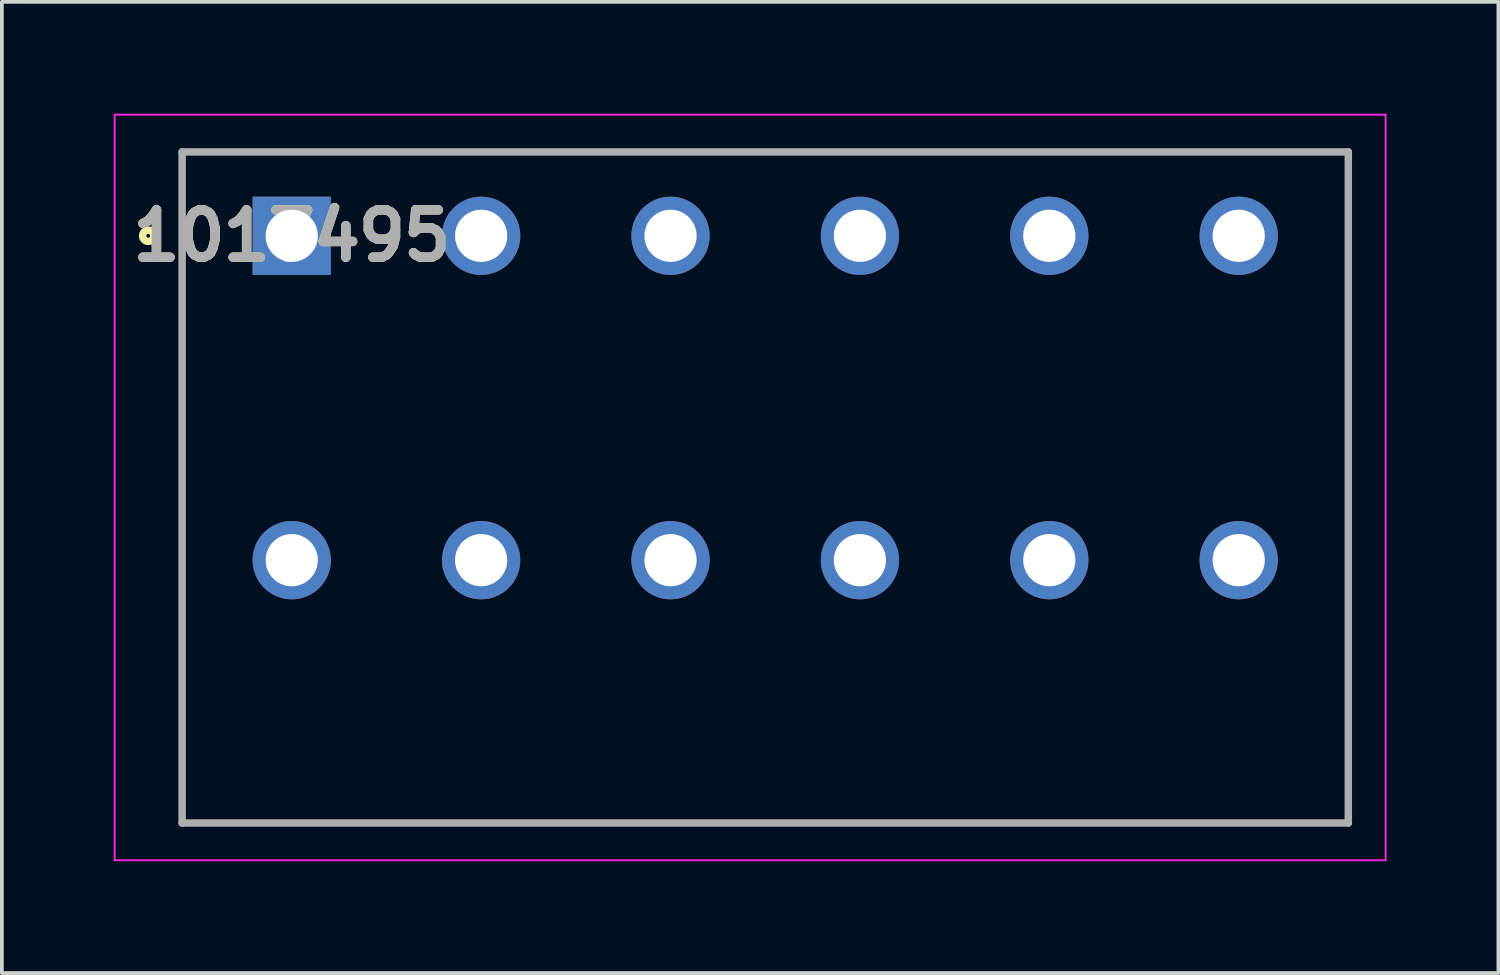
<source format=kicad_pcb>
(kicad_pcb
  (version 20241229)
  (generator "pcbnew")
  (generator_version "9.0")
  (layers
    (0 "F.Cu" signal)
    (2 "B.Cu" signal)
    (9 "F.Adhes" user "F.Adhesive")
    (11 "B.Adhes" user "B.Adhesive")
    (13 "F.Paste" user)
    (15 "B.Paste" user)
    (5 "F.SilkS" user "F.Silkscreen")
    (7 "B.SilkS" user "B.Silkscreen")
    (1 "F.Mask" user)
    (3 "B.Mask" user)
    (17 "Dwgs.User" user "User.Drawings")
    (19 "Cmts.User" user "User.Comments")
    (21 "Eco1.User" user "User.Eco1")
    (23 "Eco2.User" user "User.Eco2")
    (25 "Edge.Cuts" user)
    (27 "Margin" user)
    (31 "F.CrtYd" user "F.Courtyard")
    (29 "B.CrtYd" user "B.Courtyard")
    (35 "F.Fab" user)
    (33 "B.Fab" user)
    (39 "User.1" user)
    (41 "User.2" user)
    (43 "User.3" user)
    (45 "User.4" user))
  (footprint "1017495"
    (layer "F.Cu")
    (at 4.775 3.275)
    (property "Reference" "1017495" (at 0 0 0) (layer "F.SilkS") (effects (font (size 1.27 1.27) (thickness 0.254))))
    (attr through_hole)
    (fp_line (start -2.94 -2.25) (end 28.34 -2.25) (stroke (width 0.1) (type solid)) (layer "F.SilkS"))
    (fp_line (start -2.94 15.75) (end -2.94 -2.25) (stroke (width 0.1) (type solid)) (layer "F.SilkS"))
    (fp_line (start 28.34 -2.25) (end 28.34 15.75) (stroke (width 0.1) (type solid)) (layer "F.SilkS"))
    (fp_line (start 28.34 15.75) (end -2.94 15.75) (stroke (width 0.1) (type solid)) (layer "F.SilkS"))
    (fp_circle (center -3.85 0) (end -3.85 0.05) (stroke (width 0.2) (type solid)) (fill no) (layer "F.SilkS"))
    (fp_line (start -4.75 -3.25) (end 29.34 -3.25) (stroke (width 0.05) (type solid)) (layer "F.CrtYd"))
    (fp_line (start -4.75 16.75) (end -4.75 -3.25) (stroke (width 0.05) (type solid)) (layer "F.CrtYd"))
    (fp_line (start 29.34 -3.25) (end 29.34 16.75) (stroke (width 0.05) (type solid)) (layer "F.CrtYd"))
    (fp_line (start 29.34 16.75) (end -4.75 16.75) (stroke (width 0.05) (type solid)) (layer "F.CrtYd"))
    (fp_line (start -2.94 -2.25) (end 28.34 -2.25) (stroke (width 0.2) (type solid)) (layer "F.Fab"))
    (fp_line (start -2.94 15.75) (end -2.94 -2.25) (stroke (width 0.2) (type solid)) (layer "F.Fab"))
    (fp_line (start 28.34 -2.25) (end 28.34 15.75) (stroke (width 0.2) (type solid)) (layer "F.Fab"))
    (fp_line (start 28.34 15.75) (end -2.94 15.75) (stroke (width 0.2) (type solid)) (layer "F.Fab"))
    (fp_text user "${REFERENCE}" (at 0 0 0) (layer "F.Fab") (effects (font (size 1.27 1.27) (thickness 0.254))))
    (pad "1" thru_hole rect (at 0 0) (size 2.1 2.1) (drill 1.4) (layers "*.Cu" "*.Mask"))
    (pad "2" thru_hole circle (at 0 8.7) (size 2.1 2.1) (drill 1.4) (layers "*.Cu" "*.Mask"))
    (pad "3" thru_hole circle (at 5.08 0) (size 2.1 2.1) (drill 1.4) (layers "*.Cu" "*.Mask"))
    (pad "4" thru_hole circle (at 5.08 8.7) (size 2.1 2.1) (drill 1.4) (layers "*.Cu" "*.Mask"))
    (pad "5" thru_hole circle (at 10.16 0) (size 2.1 2.1) (drill 1.4) (layers "*.Cu" "*.Mask"))
    (pad "6" thru_hole circle (at 10.16 8.7) (size 2.1 2.1) (drill 1.4) (layers "*.Cu" "*.Mask"))
    (pad "7" thru_hole circle (at 15.24 0) (size 2.1 2.1) (drill 1.4) (layers "*.Cu" "*.Mask"))
    (pad "8" thru_hole circle (at 15.24 8.7) (size 2.1 2.1) (drill 1.4) (layers "*.Cu" "*.Mask"))
    (pad "9" thru_hole circle (at 20.32 0) (size 2.1 2.1) (drill 1.4) (layers "*.Cu" "*.Mask"))
    (pad "10" thru_hole circle (at 20.32 8.7) (size 2.1 2.1) (drill 1.4) (layers "*.Cu" "*.Mask"))
    (pad "11" thru_hole circle (at 25.4 0) (size 2.1 2.1) (drill 1.4) (layers "*.Cu" "*.Mask"))
    (pad "12" thru_hole circle (at 25.4 8.7) (size 2.1 2.1) (drill 1.4) (layers "*.Cu" "*.Mask")))
  (gr_rect
    (start -3 -3)
    (end 37.14 23.05)
    (stroke (width 0.1) (type default))
    (fill no)
    (layer "Edge.Cuts")))
</source>
